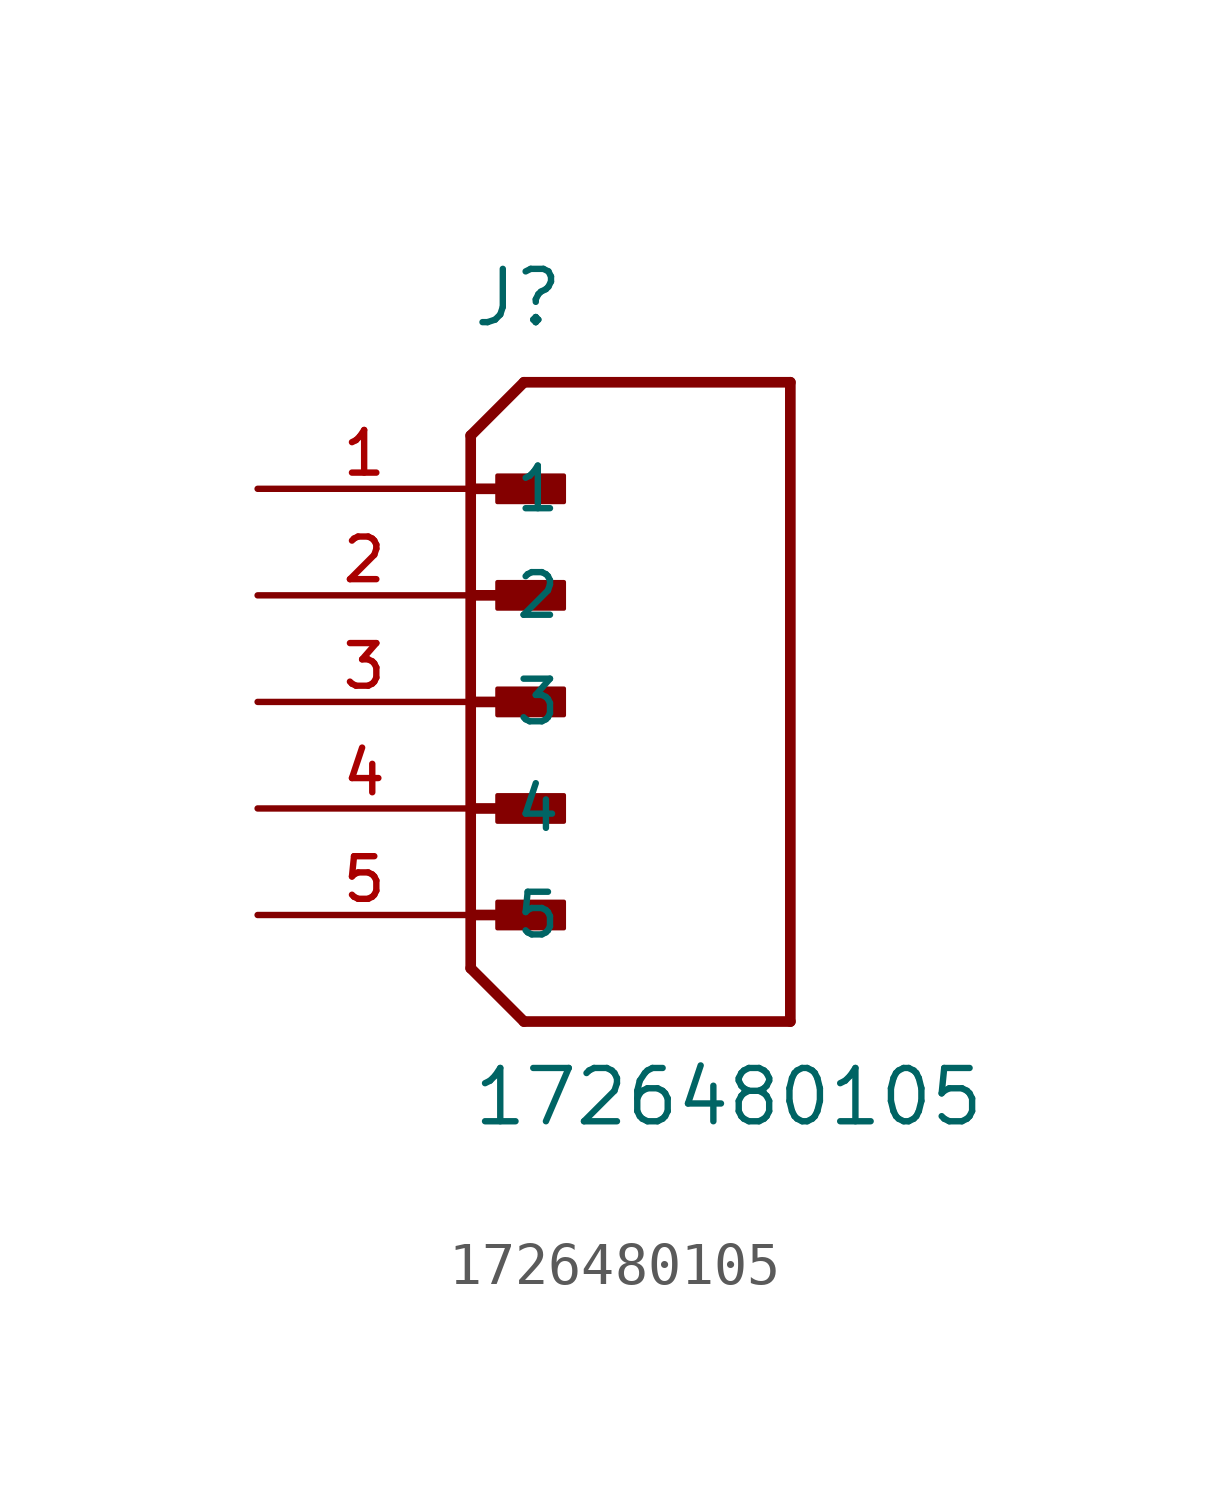
<source format=kicad_sym>
(kicad_symbol_lib
  (version 20211014)
  (generator kicad_symbol_editor)
  (symbol "1726480105"
    (pin_names
      (offset 1.016))
    (property "Reference" "J"
      (at 0.0 8.89 0)
      (effects (font (size 1.27 1.27)) (justify bottom left)))
    (property "Value" "1726480105"
      (at 0.0 -10.16 0)
      (effects (font (size 1.27 1.27)) (justify bottom left)))
    (symbol "1726480105_0_0"
      (polyline (pts (xy 0.0 6.35) (xy 1.27 7.62)) (stroke (width 0.254)))
      (polyline (pts (xy 0.0 6.35) (xy 0.0 5.08)) (stroke (width 0.254)))
      (polyline (pts (xy 0.0 5.08) (xy 0.0 -5.08)) (stroke (width 0.254)))
      (polyline (pts (xy 0.0 -5.08) (xy 0.0 -6.35)) (stroke (width 0.254)))
      (polyline (pts (xy 0.0 -6.35) (xy 1.27 -7.62)) (stroke (width 0.254)))
      (polyline (pts (xy 1.27 -7.62) (xy 7.62 -7.62)) (stroke (width 0.254)))
      (polyline (pts (xy 7.62 -7.62) (xy 7.62 7.62)) (stroke (width 0.254)))
      (polyline (pts (xy 7.62 7.62) (xy 1.27 7.62)) (stroke (width 0.254)))
      (polyline (pts (xy 0.0 5.08) (xy 1.905 5.08)) (stroke (width 0.254)))
      (rectangle (start 0.635 4.763) (end 2.223 5.397) (stroke (width 0.1)) (fill (type outline)))
      (polyline (pts (xy 0.0 2.54) (xy 1.905 2.54)) (stroke (width 0.254)))
      (rectangle (start 0.635 2.223) (end 2.223 2.857) (stroke (width 0.1)) (fill (type outline)))
      (polyline (pts (xy 0.0 0.0) (xy 1.905 0.0)) (stroke (width 0.254)))
      (rectangle (start 0.635 -0.318) (end 2.223 0.318) (stroke (width 0.1)) (fill (type outline)))
      (polyline (pts (xy 0.0 -2.54) (xy 1.905 -2.54)) (stroke (width 0.254)))
      (rectangle (start 0.635 -2.857) (end 2.223 -2.223) (stroke (width 0.1)) (fill (type outline)))
      (rectangle (start 0.635 -5.397) (end 2.223 -4.763) (stroke (width 0.1)) (fill (type outline)))
      (polyline (pts (xy 0.0 -5.08) (xy 1.905 -5.08)) (stroke (width 0.254)))
      (pin passive line (at -5.08 5.08 0) (length 5.08) (name "1" (effects (font (size 1.016 1.016)))) (number "1" (effects (font (size 1.016 1.016)))))
      (pin passive line (at -5.08 2.54 0) (length 5.08) (name "2" (effects (font (size 1.016 1.016)))) (number "2" (effects (font (size 1.016 1.016)))))
      (pin passive line (at -5.08 0.0 0) (length 5.08) (name "3" (effects (font (size 1.016 1.016)))) (number "3" (effects (font (size 1.016 1.016)))))
      (pin passive line (at -5.08 -2.54 0) (length 5.08) (name "4" (effects (font (size 1.016 1.016)))) (number "4" (effects (font (size 1.016 1.016)))))
      (pin passive line (at -5.08 -5.08 0) (length 5.08) (name "5" (effects (font (size 1.016 1.016)))) (number "5" (effects (font (size 1.016 1.016))))))))
</source>
